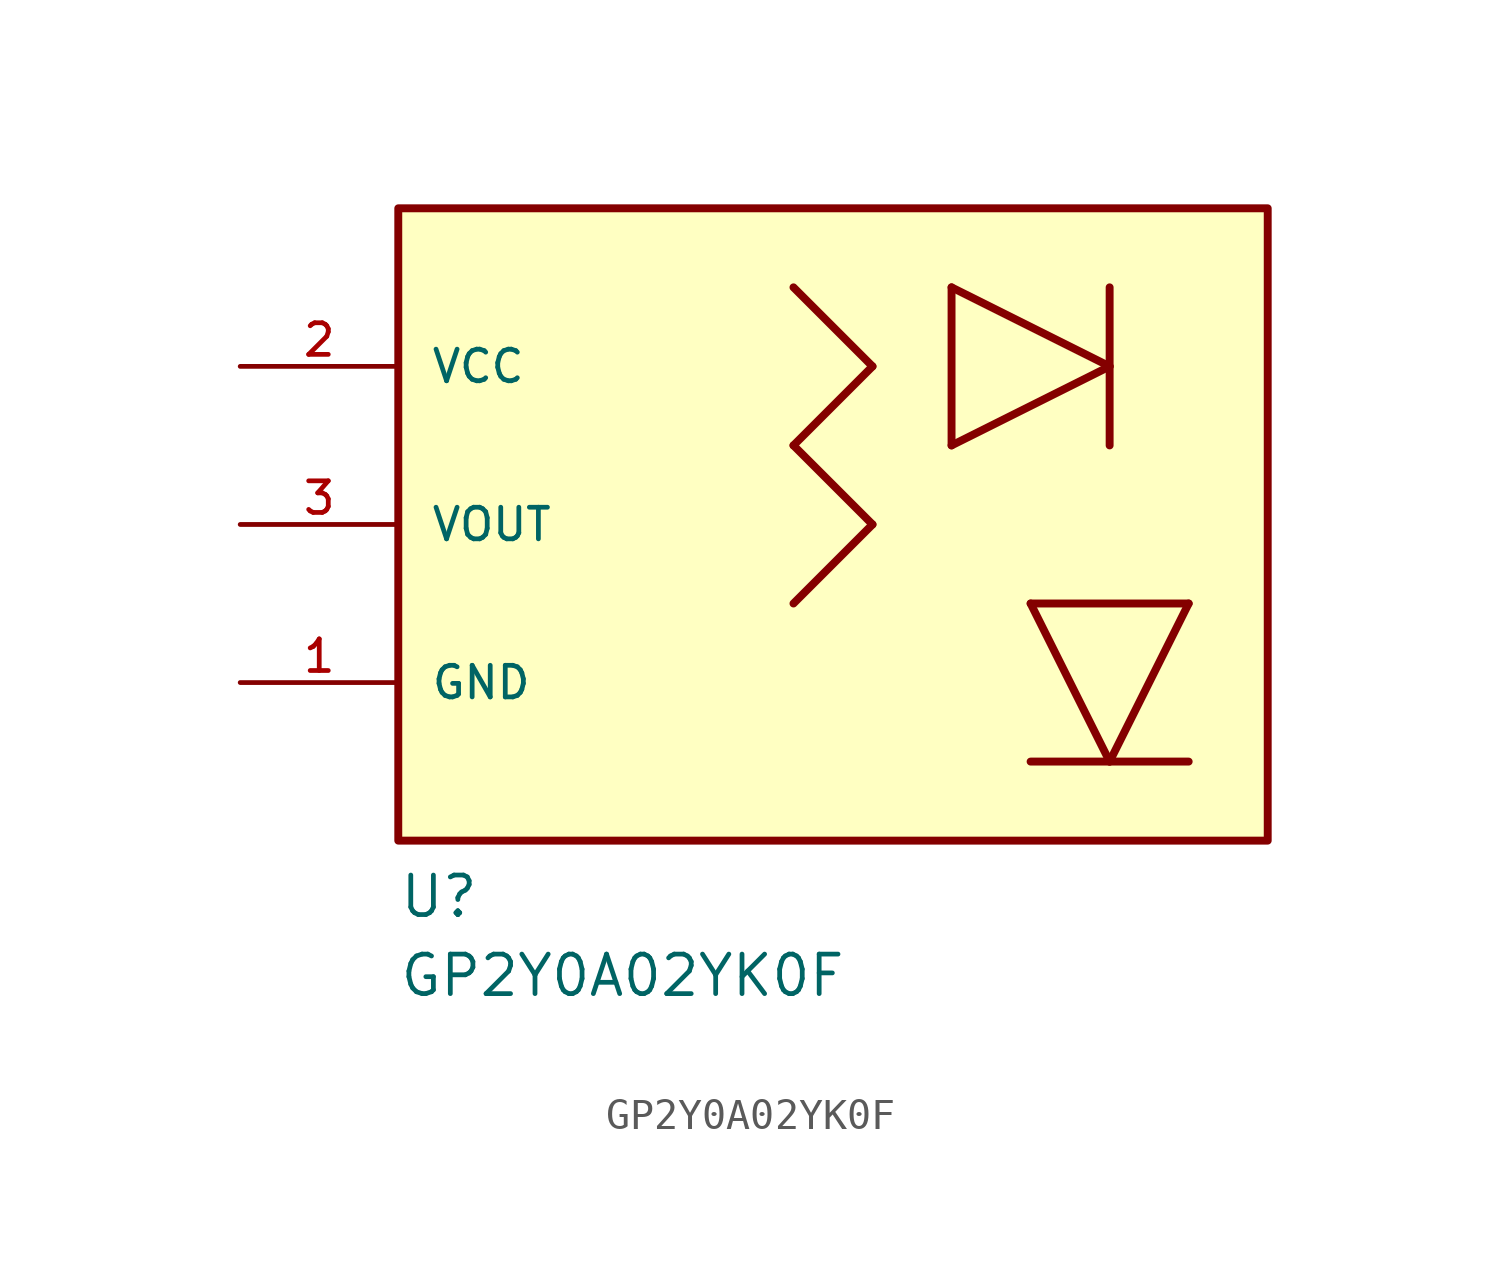
<source format=kicad_sym>
(kicad_symbol_lib
  (version 20211014)
  (generator kicad_symbol_editor)
  (symbol "GP2Y0A02YK0F"
    (pin_names
      (offset 1.016))
    (property "Reference" "U"
      (at -12.7 0.0 0)
      (effects (font (size 1.27 1.27)) (justify bottom left)))
    (property "Value" "GP2Y0A02YK0F"
      (at -12.7 -2.54 0)
      (effects (font (size 1.27 1.27)) (justify bottom left)))
    (symbol "GP2Y0A02YK0F_0_0"
      (polyline (pts (xy 7.62 10.16) (xy 10.16 5.08)) (stroke (width 0.254)))
      (polyline (pts (xy 10.16 5.08) (xy 12.7 10.16)) (stroke (width 0.254)))
      (polyline (pts (xy 12.7 10.16) (xy 7.62 10.16)) (stroke (width 0.254)))
      (polyline (pts (xy 7.62 5.08) (xy 12.7 5.08)) (stroke (width 0.254)))
      (polyline (pts (xy 5.08 20.32) (xy 5.08 15.24)) (stroke (width 0.254)))
      (polyline (pts (xy 5.08 15.24) (xy 10.16 17.78)) (stroke (width 0.254)))
      (polyline (pts (xy 10.16 17.78) (xy 5.08 20.32)) (stroke (width 0.254)))
      (polyline (pts (xy 10.16 20.32) (xy 10.16 15.24)) (stroke (width 0.254)))
      (polyline (pts (xy 0.0 20.32) (xy 2.54 17.78)) (stroke (width 0.254)))
      (polyline (pts (xy 2.54 17.78) (xy 0.0 15.24)) (stroke (width 0.254)))
      (polyline (pts (xy 0.0 15.24) (xy 2.54 12.7)) (stroke (width 0.254)))
      (polyline (pts (xy 2.54 12.7) (xy 0.0 10.16)) (stroke (width 0.254)))
      (rectangle (start -12.7 2.54) (end 15.24 22.86) (stroke (width 0.254)) (fill (type background)))
      (pin bidirectional line (at -17.78 17.78 0) (length 5.08) (name "VCC" (effects (font (size 1.016 1.016)))) (number "2" (effects (font (size 1.016 1.016)))))
      (pin bidirectional line (at -17.78 12.7 0) (length 5.08) (name "VOUT" (effects (font (size 1.016 1.016)))) (number "3" (effects (font (size 1.016 1.016)))))
      (pin bidirectional line (at -17.78 7.62 0) (length 5.08) (name "GND" (effects (font (size 1.016 1.016)))) (number "1" (effects (font (size 1.016 1.016))))))))
</source>
